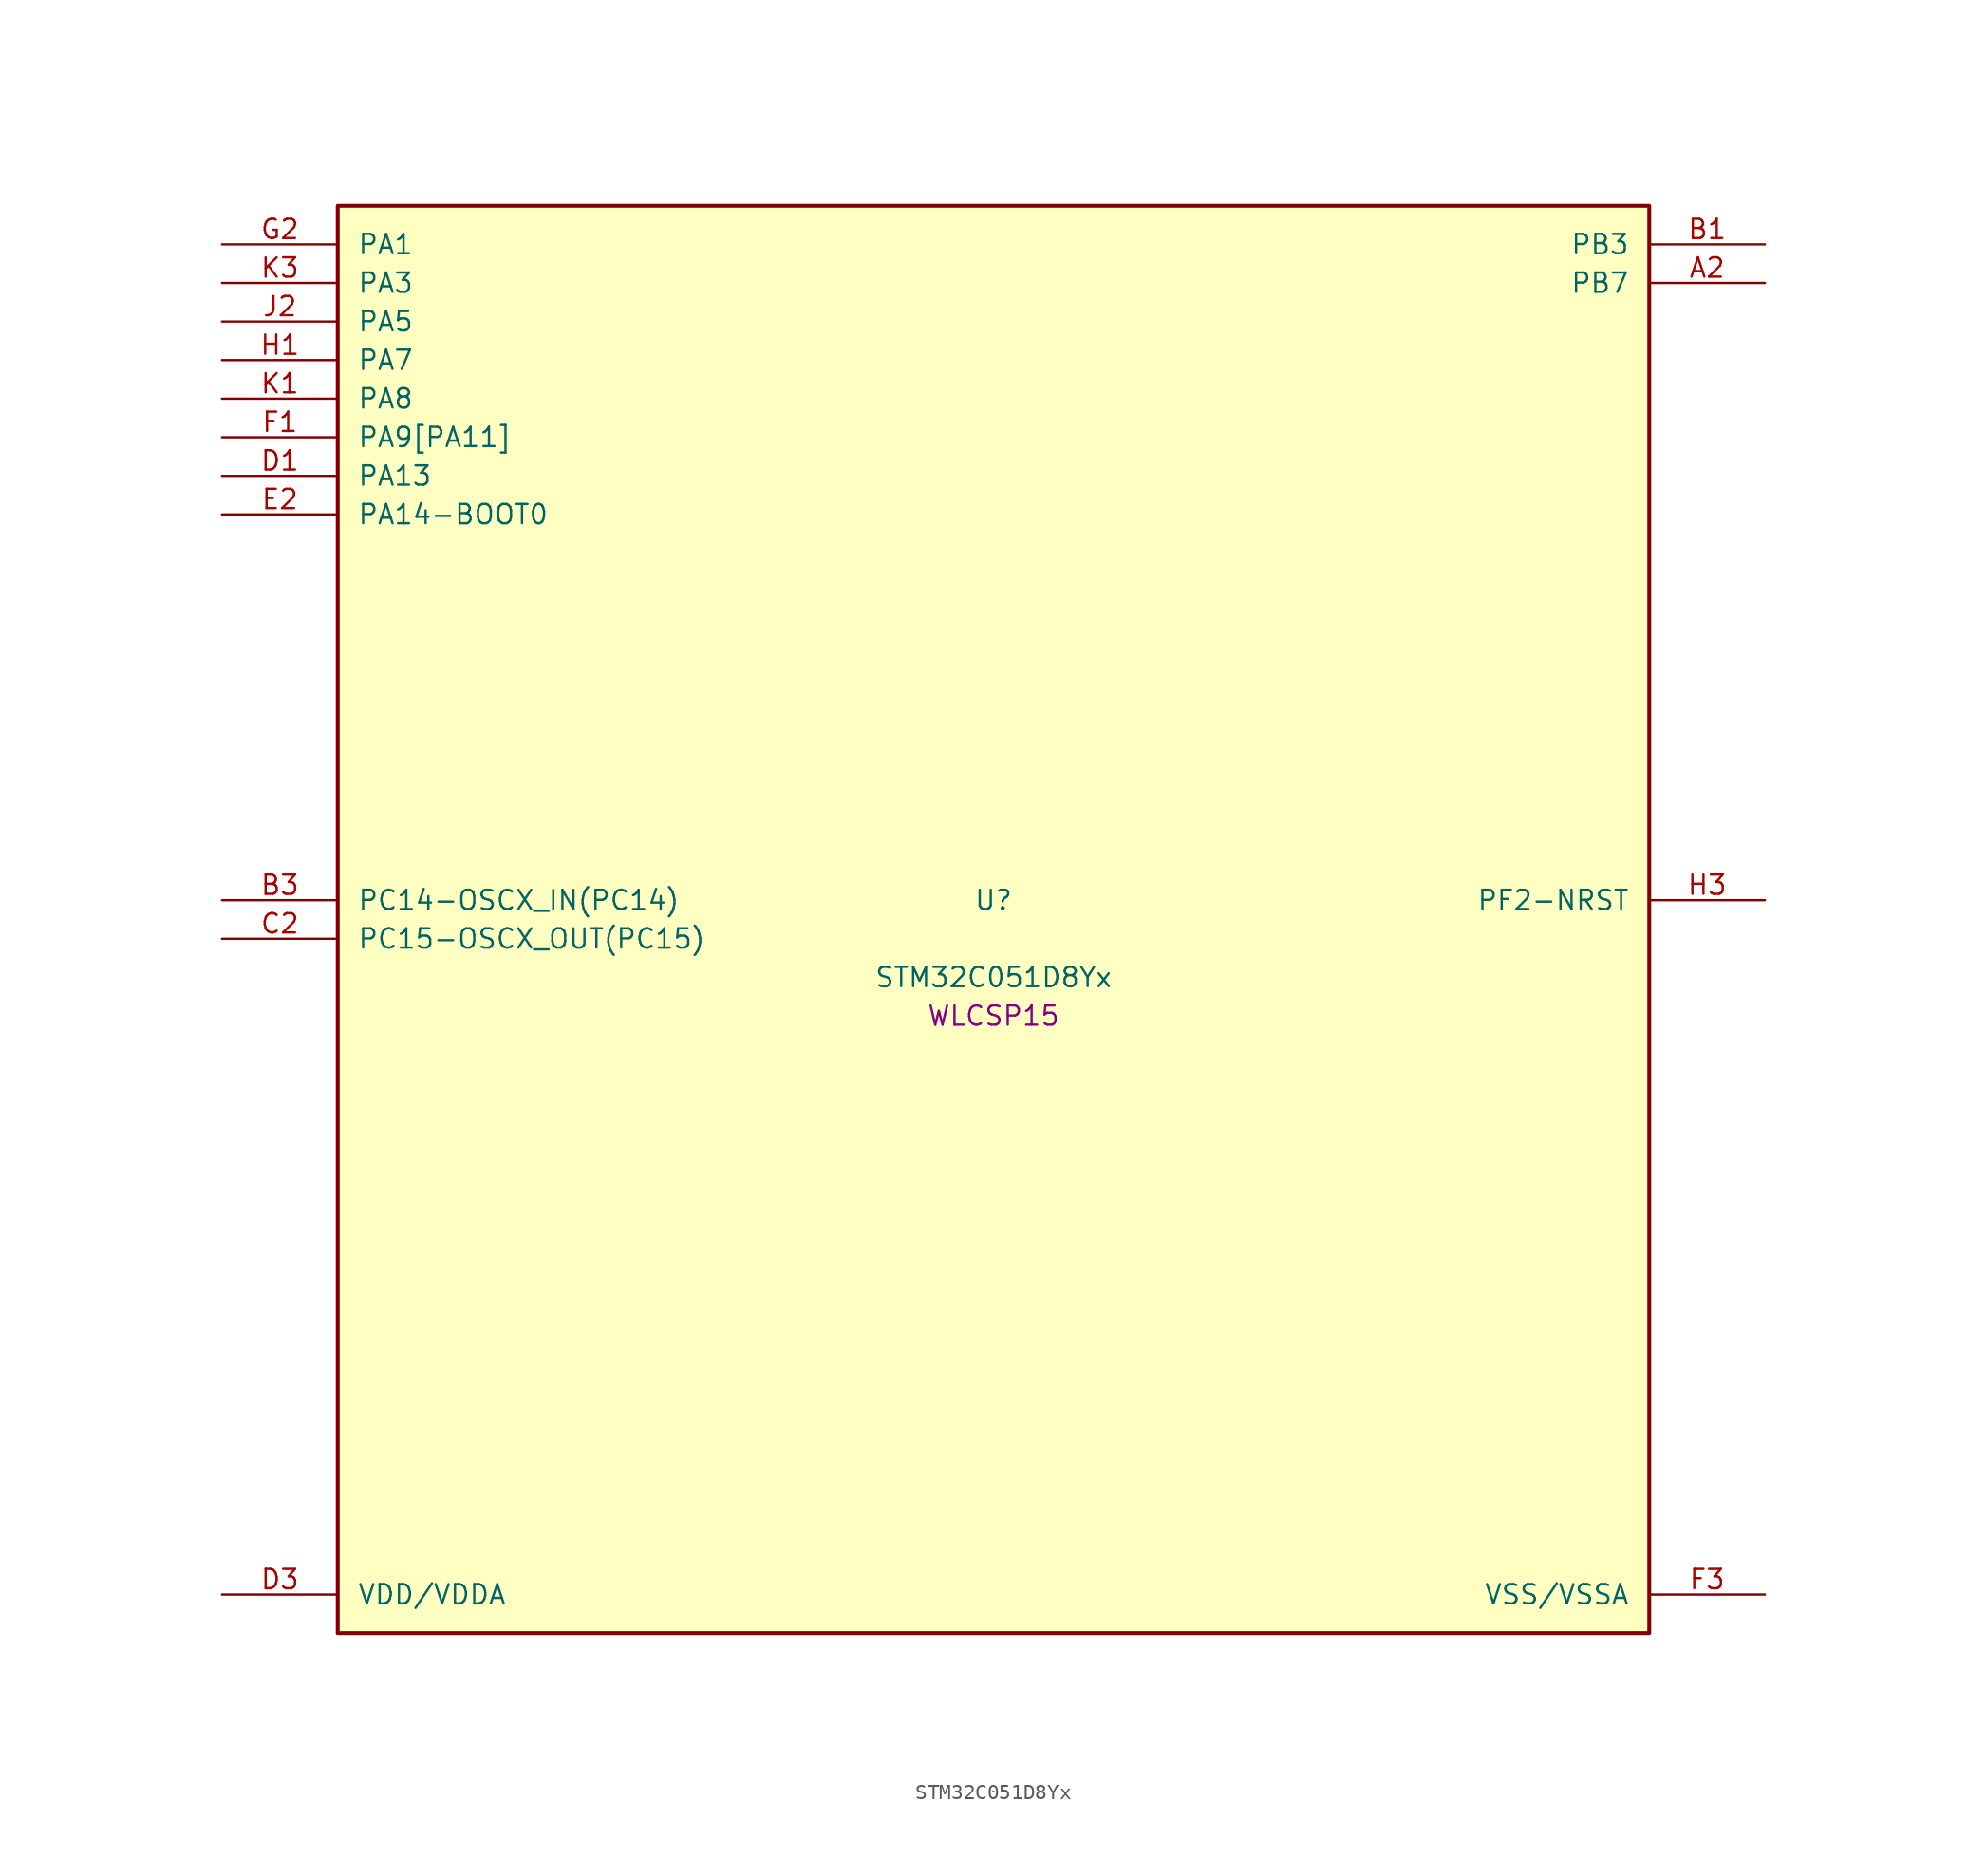
<source format=kicad_sym>
(kicad_symbol_lib
  (version 20241209)
  (generator "stm32_pkl_generator")
  (generator_version "1.0")
  (symbol "STM32C051D8Yx"
    (pin_names
      (offset 1.27))
    (property "Reference" "U"
      (at 0 2.54 0))
    (property "Value" "STM32C051D8Yx"
      (at 0 -2.54 0))
    (property "Footprint" "WLCSP15"
      (at 0 -5.08 0))
    (symbol "STM32C051D8Yx_1_1"
      (rectangle (start -43.18 48.26) (end 43.18 -45.72) (stroke (width 0.254) (type solid)) (fill (type background)))
      (pin bidirectional line (at -50.8 45.72 0) (length 7.62) (name "PA1") (number "G2") (alternate "PA1/ADC1_IN1" bidirectional line) (alternate "PA1/I2C1_SMBA" bidirectional line) (alternate "PA1/I2S1_CK" bidirectional line) (alternate "PA1/SPI1_SCK" bidirectional line) (alternate "PA1/TIM17_CH1" bidirectional line) (alternate "PA1/TIM1_CH2" bidirectional line) (alternate "PA1/TIM2_CH2" bidirectional line) (alternate "PA1/USART1_RX" bidirectional line) (alternate "PA1/USART2_CK" bidirectional line) (alternate "PA1/USART2_DE" bidirectional line) (alternate "PA1/USART2_RTS" bidirectional line) (alternate "PA1/PA2" bidirectional line) (alternate "PA1/ADC1_IN2" bidirectional line) (alternate "PA1/I2S1_SD" bidirectional line) (alternate "PA1/PWR_WKUP4" bidirectional line) (alternate "PA1/RCC_LSCO" bidirectional line) (alternate "PA1/SPI1_MOSI" bidirectional line) (alternate "PA1/TIM16_CH1N" bidirectional line) (alternate "PA1/TIM1_CH3" bidirectional line) (alternate "PA1/TIM2_CH3" bidirectional line) (alternate "PA1/TIM3_ETR" bidirectional line) (alternate "PA1/USART2_TX" bidirectional line))
      (pin bidirectional line (at -50.8 43.18 0) (length 7.62) (name "PA3") (number "K3") (alternate "PA3/ADC1_IN3" bidirectional line) (alternate "PA3/SPI2_MISO" bidirectional line) (alternate "PA3/TIM1_CH1N" bidirectional line) (alternate "PA3/TIM1_CH4" bidirectional line) (alternate "PA3/TIM2_CH4" bidirectional line) (alternate "PA3/USART2_RX" bidirectional line) (alternate "PA3/PA4" bidirectional line) (alternate "PA3/ADC1_IN4" bidirectional line) (alternate "PA3/I2S1_WS" bidirectional line) (alternate "PA3/PWR_WKUP2" bidirectional line) (alternate "PA3/RTC_OUT1" bidirectional line) (alternate "PA3/RTC_TS" bidirectional line) (alternate "PA3/SPI1_NSS" bidirectional line) (alternate "PA3/SPI2_MOSI" bidirectional line) (alternate "PA3/TIM14_CH1" bidirectional line) (alternate "PA3/TIM17_CH1N" bidirectional line) (alternate "PA3/TIM1_CH2N" bidirectional line) (alternate "PA3/USART2_TX" bidirectional line))
      (pin bidirectional line (at -50.8 40.64 0) (length 7.62) (name "PA5") (number "J2") (alternate "PA5/ADC1_IN5" bidirectional line) (alternate "PA5/I2S1_CK" bidirectional line) (alternate "PA5/SPI1_SCK" bidirectional line) (alternate "PA5/TIM1_CH1" bidirectional line) (alternate "PA5/TIM1_CH3N" bidirectional line) (alternate "PA5/TIM2_CH1" bidirectional line) (alternate "PA5/TIM2_ETR" bidirectional line) (alternate "PA5/USART2_RX" bidirectional line) (alternate "PA5/PA6" bidirectional line) (alternate "PA5/ADC1_IN6" bidirectional line) (alternate "PA5/I2C2_SDA" bidirectional line) (alternate "PA5/I2S1_MCK" bidirectional line) (alternate "PA5/SPI1_MISO" bidirectional line) (alternate "PA5/TIM16_CH1" bidirectional line) (alternate "PA5/TIM1_BKIN" bidirectional line) (alternate "PA5/TIM3_CH1" bidirectional line) (alternate "PA5/USART1_TX" bidirectional line))
      (pin bidirectional line (at -50.8 38.1 0) (length 7.62) (name "PA7") (number "H1") (alternate "PA7/ADC1_IN7" bidirectional line) (alternate "PA7/I2C2_SCL" bidirectional line) (alternate "PA7/I2S1_SD" bidirectional line) (alternate "PA7/SPI1_MOSI" bidirectional line) (alternate "PA7/TIM14_CH1" bidirectional line) (alternate "PA7/TIM17_CH1" bidirectional line) (alternate "PA7/TIM1_CH1N" bidirectional line) (alternate "PA7/TIM3_CH2" bidirectional line) (alternate "PA7/USART1_RX" bidirectional line) (alternate "PA7/PA10[PA12]" bidirectional line) (alternate "PA7/I2C1_SDA" bidirectional line) (alternate "PA7/I2C2_SDA" bidirectional line) (alternate "PA7/RCC_MCO_2" bidirectional line) (alternate "PA7/SPI2_MOSI" bidirectional line) (alternate "PA7/TIM17_BKIN" bidirectional line) (alternate "PA7/TIM1_CH3" bidirectional line) (alternate "PA7/PA12[PA10]" bidirectional line) (alternate "PA7/ADC1_IN12" bidirectional line) (alternate "PA7/I2S_CKIN" bidirectional line) (alternate "PA7/TIM1_ETR" bidirectional line) (alternate "PA7/USART1_CK" bidirectional line) (alternate "PA7/USART1_DE" bidirectional line) (alternate "PA7/USART1_RTS" bidirectional line))
      (pin bidirectional line (at -50.8 35.56 0) (length 7.62) (name "PA8") (number "K1") (alternate "PA8/ADC1_IN8" bidirectional line) (alternate "PA8/I2S1_WS" bidirectional line) (alternate "PA8/RCC_MCO" bidirectional line) (alternate "PA8/RCC_MCO_2" bidirectional line) (alternate "PA8/SPI1_NSS" bidirectional line) (alternate "PA8/SPI2_MISO" bidirectional line) (alternate "PA8/SPI2_NSS" bidirectional line) (alternate "PA8/TIM14_CH1" bidirectional line) (alternate "PA8/TIM1_CH1" bidirectional line) (alternate "PA8/TIM1_CH2N" bidirectional line) (alternate "PA8/TIM1_CH3N" bidirectional line) (alternate "PA8/TIM3_CH3" bidirectional line) (alternate "PA8/TIM3_CH4" bidirectional line) (alternate "PA8/USART1_RX" bidirectional line) (alternate "PA8/USART2_TX" bidirectional line))
      (pin bidirectional line (at -50.8 33.02 0) (length 7.62) (name "PA9[PA11]") (number "F1") (alternate "PA9[PA11]/I2C1_SCL" bidirectional line) (alternate "PA9[PA11]/I2C2_SCL" bidirectional line) (alternate "PA9[PA11]/RCC_MCO" bidirectional line) (alternate "PA9[PA11]/SPI2_MISO" bidirectional line) (alternate "PA9[PA11]/TIM1_CH2" bidirectional line) (alternate "PA9[PA11]/TIM3_ETR" bidirectional line) (alternate "PA9[PA11]/USART1_TX" bidirectional line) (alternate "PA9[PA11]/PA11[PA9]" bidirectional line) (alternate "PA9[PA11]/ADC1_EXTI11" bidirectional line) (alternate "PA9[PA11]/ADC1_IN11" bidirectional line) (alternate "PA9[PA11]/I2S1_MCK" bidirectional line) (alternate "PA9[PA11]/SPI1_MISO" bidirectional line) (alternate "PA9[PA11]/TIM1_BKIN2" bidirectional line) (alternate "PA9[PA11]/TIM1_CH4" bidirectional line) (alternate "PA9[PA11]/USART1_CTS" bidirectional line) (alternate "PA9[PA11]/USART1_NSS" bidirectional line))
      (pin bidirectional line (at -50.8 30.48 0) (length 7.62) (name "PA13") (number "D1") (alternate "PA13/ADC1_IN13" bidirectional line) (alternate "PA13/DEBUG_SWDIO" bidirectional line) (alternate "PA13/IR_OUT" bidirectional line) (alternate "PA13/TIM3_ETR" bidirectional line) (alternate "PA13/USART2_RX" bidirectional line))
      (pin bidirectional line (at -50.8 27.94 0) (length 7.62) (name "PA14-BOOT0") (number "E2") (alternate "PA14-BOOT0/ADC1_IN14" bidirectional line) (alternate "PA14-BOOT0/BOOT0" bidirectional line) (alternate "PA14-BOOT0/DEBUG_SWCLK" bidirectional line) (alternate "PA14-BOOT0/I2S1_WS" bidirectional line) (alternate "PA14-BOOT0/RCC_MCO_2" bidirectional line) (alternate "PA14-BOOT0/SPI1_NSS" bidirectional line) (alternate "PA14-BOOT0/TIM1_CH1" bidirectional line) (alternate "PA14-BOOT0/USART1_CK" bidirectional line) (alternate "PA14-BOOT0/USART1_DE" bidirectional line) (alternate "PA14-BOOT0/USART1_RTS" bidirectional line) (alternate "PA14-BOOT0/USART2_RX" bidirectional line) (alternate "PA14-BOOT0/USART2_TX" bidirectional line) (alternate "PA14-BOOT0/PA15" bidirectional line) (alternate "PA14-BOOT0/TIM2_CH1" bidirectional line) (alternate "PA14-BOOT0/TIM2_ETR" bidirectional line))
      (pin bidirectional line (at 50.8 45.72 180) (length 7.62) (name "PB3") (number "B1") (alternate "PB3/I2C2_SCL" bidirectional line) (alternate "PB3/I2S1_CK" bidirectional line) (alternate "PB3/SPI1_SCK" bidirectional line) (alternate "PB3/TIM1_CH2" bidirectional line) (alternate "PB3/TIM2_CH2" bidirectional line) (alternate "PB3/TIM3_CH2" bidirectional line) (alternate "PB3/USART1_CK" bidirectional line) (alternate "PB3/USART1_DE" bidirectional line) (alternate "PB3/USART1_RTS" bidirectional line) (alternate "PB3/PB4" bidirectional line) (alternate "PB3/I2C2_SDA" bidirectional line) (alternate "PB3/I2S1_MCK" bidirectional line) (alternate "PB3/SPI1_MISO" bidirectional line) (alternate "PB3/TIM17_BKIN" bidirectional line) (alternate "PB3/TIM3_CH1" bidirectional line) (alternate "PB3/USART1_CTS" bidirectional line) (alternate "PB3/USART1_NSS" bidirectional line) (alternate "PB3/PB5" bidirectional line) (alternate "PB3/I2C1_SMBA" bidirectional line) (alternate "PB3/I2S1_SD" bidirectional line) (alternate "PB3/PWR_WKUP6" bidirectional line) (alternate "PB3/SPI1_MOSI" bidirectional line) (alternate "PB3/TIM16_BKIN" bidirectional line) (alternate "PB3/TIM3_CH3" bidirectional line) (alternate "PB3/PB6" bidirectional line) (alternate "PB3/I2C1_SCL" bidirectional line) (alternate "PB3/PWR_WKUP3" bidirectional line) (alternate "PB3/SPI2_MISO" bidirectional line) (alternate "PB3/TIM16_CH1N" bidirectional line) (alternate "PB3/TIM1_CH3" bidirectional line) (alternate "PB3/USART1_TX" bidirectional line))
      (pin bidirectional line (at 50.8 43.18 180) (length 7.62) (name "PB7") (number "A2") (alternate "PB7/I2C1_SCL" bidirectional line) (alternate "PB7/I2C1_SDA" bidirectional line) (alternate "PB7/RTC_REFIN" bidirectional line) (alternate "PB7/SPI2_MOSI" bidirectional line) (alternate "PB7/TIM16_CH1" bidirectional line) (alternate "PB7/TIM17_CH1N" bidirectional line) (alternate "PB7/TIM1_CH1" bidirectional line) (alternate "PB7/TIM1_CH4" bidirectional line) (alternate "PB7/TIM3_CH1" bidirectional line) (alternate "PB7/TIM3_CH4" bidirectional line) (alternate "PB7/USART1_RX" bidirectional line) (alternate "PB7/USART2_CTS" bidirectional line) (alternate "PB7/USART2_NSS" bidirectional line) (alternate "PB7/PB8" bidirectional line) (alternate "PB7/SPI2_SCK" bidirectional line))
      (pin bidirectional line (at -50.8 2.54 0) (length 7.62) (name "PC14-OSCX_IN(PC14)") (number "B3") (alternate "PC14-OSCX_IN(PC14)/I2C1_SDA" bidirectional line) (alternate "PC14-OSCX_IN(PC14)/IR_OUT" bidirectional line) (alternate "PC14-OSCX_IN(PC14)/RCC_OSCX_IN" bidirectional line) (alternate "PC14-OSCX_IN(PC14)/SPI2_NSS" bidirectional line) (alternate "PC14-OSCX_IN(PC14)/TIM17_CH1" bidirectional line) (alternate "PC14-OSCX_IN(PC14)/TIM1_BKIN2" bidirectional line) (alternate "PC14-OSCX_IN(PC14)/TIM1_ETR" bidirectional line) (alternate "PC14-OSCX_IN(PC14)/TIM3_CH2" bidirectional line) (alternate "PC14-OSCX_IN(PC14)/USART1_RX" bidirectional line) (alternate "PC14-OSCX_IN(PC14)/USART1_TX" bidirectional line) (alternate "PC14-OSCX_IN(PC14)/USART2_CK" bidirectional line) (alternate "PC14-OSCX_IN(PC14)/USART2_DE" bidirectional line) (alternate "PC14-OSCX_IN(PC14)/USART2_RTS" bidirectional line))
      (pin bidirectional line (at -50.8 0 0) (length 7.62) (name "PC15-OSCX_OUT(PC15)") (number "C2") (alternate "PC15-OSCX_OUT(PC15)/RCC_OSC32_EN" bidirectional line) (alternate "PC15-OSCX_OUT(PC15)/RCC_OSCX_OUT" bidirectional line) (alternate "PC15-OSCX_OUT(PC15)/RCC_OSC_EN" bidirectional line) (alternate "PC15-OSCX_OUT(PC15)/TIM1_CH2" bidirectional line) (alternate "PC15-OSCX_OUT(PC15)/TIM1_ETR" bidirectional line) (alternate "PC15-OSCX_OUT(PC15)/TIM3_CH3" bidirectional line))
      (pin bidirectional line (at 50.8 2.54 180) (length 7.62) (name "PF2-NRST") (number "H3") (alternate "PF2-NRST/RCC_MCO" bidirectional line) (alternate "PF2-NRST/TIM1_CH4" bidirectional line) (alternate "PF2-NRST/PA0" bidirectional line) (alternate "PF2-NRST/ADC1_IN0" bidirectional line) (alternate "PF2-NRST/PWR_WKUP1" bidirectional line) (alternate "PF2-NRST/SPI2_SCK" bidirectional line) (alternate "PF2-NRST/TIM16_CH1" bidirectional line) (alternate "PF2-NRST/TIM1_CH1" bidirectional line) (alternate "PF2-NRST/TIM2_CH1" bidirectional line) (alternate "PF2-NRST/TIM2_ETR" bidirectional line) (alternate "PF2-NRST/USART1_TX" bidirectional line) (alternate "PF2-NRST/USART2_CTS" bidirectional line) (alternate "PF2-NRST/USART2_NSS" bidirectional line))
      (pin power_in line (at -50.8 -43.18 0) (length 7.62) (name "VDD/VDDA") (number "D3"))
      (pin power_in line (at 50.8 -43.18 180) (length 7.62) (name "VSS/VSSA") (number "F3")))))
</source>
